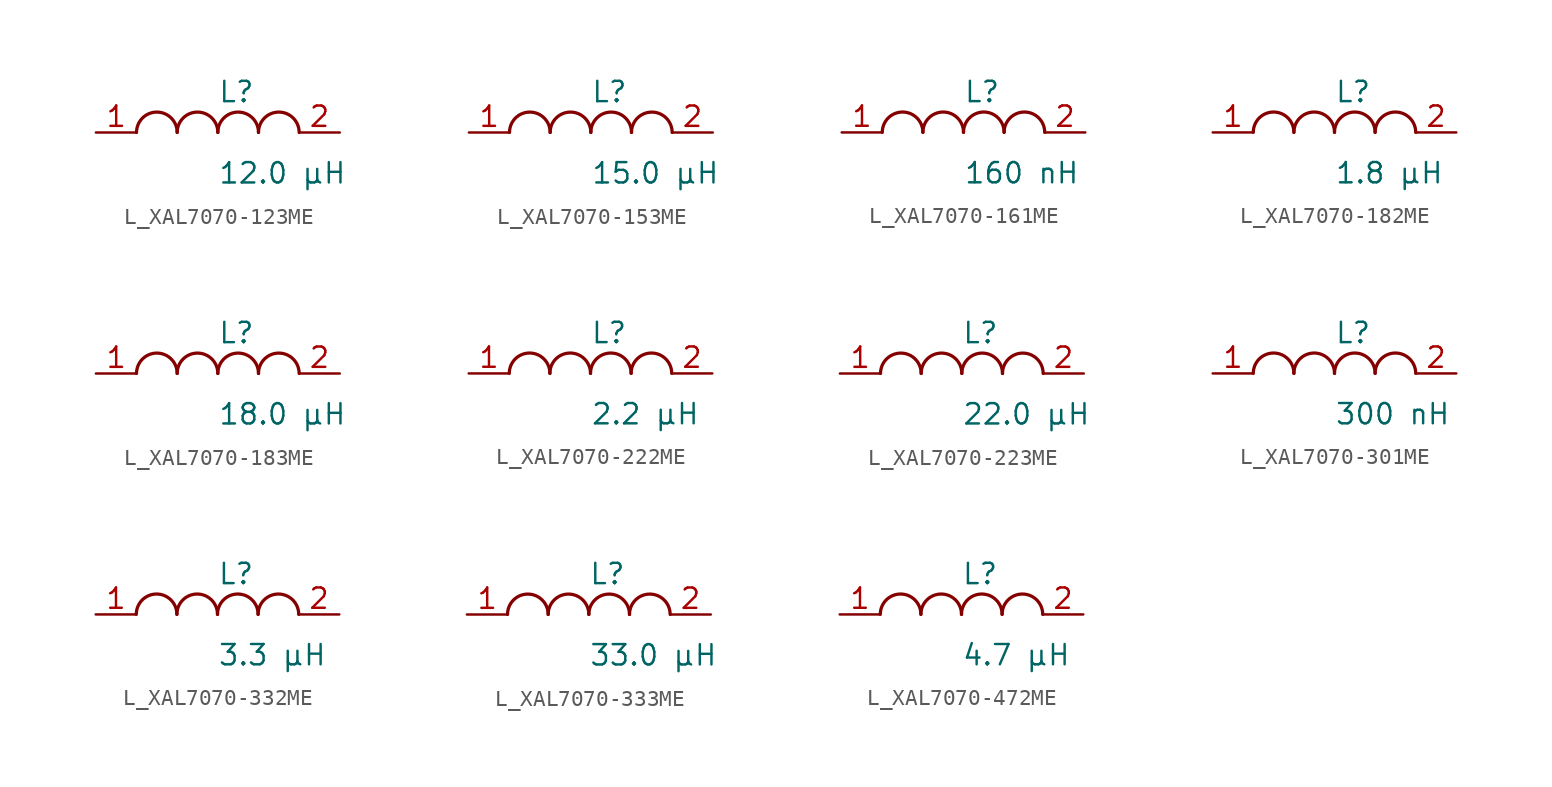
<source format=kicad_sym>
(kicad_symbol_lib
  (version 20231120)
  (generator kicad_symbol_editor)
  (generator_version 8.0)
  (symbol "L_XAL7070-123ME"
    (pin_names
      (offset 0.254))
    (property "Reference" "L"
      (at 0.0 2.54 0)
      (effects (font (size 1.27 1.27)) (justify left)))
    (property "Value" "12.0 µH"
      (at 0.0 -2.54 0)
      (effects (font (size 1.27 1.27)) (justify left)))
    (symbol "L_XAL7070-123ME_1_1"
      (arc (start -2.54 0.0056) (mid -3.81 1.27) (end -5.08 0.0056) (stroke (width 0.2032) (type default)) (fill (type none)))
      (arc (start 0 0.0056) (mid -1.27 1.27) (end -2.54 0.0056) (stroke (width 0.2032) (type default)) (fill (type none)))
      (arc (start 2.54 0.0056) (mid 1.27 1.27) (end 0 0.0056) (stroke (width 0.2032) (type default)) (fill (type none)))
      (arc (start 5.08 0.0056) (mid 3.81 1.27) (end 2.54 0.0056) (stroke (width 0.2032) (type default)) (fill (type none)))
      (pin unspecified line (at -7.62 0 0) (length 2.54) (name "" (effects (font (size 1.27 1.27)))) (number "1" (effects (font (size 1.27 1.27)))))
      (pin unspecified line (at 7.62 0 180) (length 2.54) (name "" (effects (font (size 1.27 1.27)))) (number "2" (effects (font (size 1.27 1.27)))))))
  (symbol "L_XAL7070-153ME"
    (pin_names
      (offset 0.254))
    (property "Reference" "L"
      (at 0.0 2.54 0)
      (effects (font (size 1.27 1.27)) (justify left)))
    (property "Value" "15.0 µH"
      (at 0.0 -2.54 0)
      (effects (font (size 1.27 1.27)) (justify left)))
    (symbol "L_XAL7070-153ME_1_1"
      (arc (start -2.54 0.0056) (mid -3.81 1.27) (end -5.08 0.0056) (stroke (width 0.2032) (type default)) (fill (type none)))
      (arc (start 0 0.0056) (mid -1.27 1.27) (end -2.54 0.0056) (stroke (width 0.2032) (type default)) (fill (type none)))
      (arc (start 2.54 0.0056) (mid 1.27 1.27) (end 0 0.0056) (stroke (width 0.2032) (type default)) (fill (type none)))
      (arc (start 5.08 0.0056) (mid 3.81 1.27) (end 2.54 0.0056) (stroke (width 0.2032) (type default)) (fill (type none)))
      (pin unspecified line (at -7.62 0 0) (length 2.54) (name "" (effects (font (size 1.27 1.27)))) (number "1" (effects (font (size 1.27 1.27)))))
      (pin unspecified line (at 7.62 0 180) (length 2.54) (name "" (effects (font (size 1.27 1.27)))) (number "2" (effects (font (size 1.27 1.27)))))))
  (symbol "L_XAL7070-161ME"
    (pin_names
      (offset 0.254))
    (property "Reference" "L"
      (at 0.0 2.54 0)
      (effects (font (size 1.27 1.27)) (justify left)))
    (property "Value" "160 nH"
      (at 0.0 -2.54 0)
      (effects (font (size 1.27 1.27)) (justify left)))
    (symbol "L_XAL7070-161ME_1_1"
      (arc (start -2.54 0.0056) (mid -3.81 1.27) (end -5.08 0.0056) (stroke (width 0.2032) (type default)) (fill (type none)))
      (arc (start 0 0.0056) (mid -1.27 1.27) (end -2.54 0.0056) (stroke (width 0.2032) (type default)) (fill (type none)))
      (arc (start 2.54 0.0056) (mid 1.27 1.27) (end 0 0.0056) (stroke (width 0.2032) (type default)) (fill (type none)))
      (arc (start 5.08 0.0056) (mid 3.81 1.27) (end 2.54 0.0056) (stroke (width 0.2032) (type default)) (fill (type none)))
      (pin unspecified line (at -7.62 0 0) (length 2.54) (name "" (effects (font (size 1.27 1.27)))) (number "1" (effects (font (size 1.27 1.27)))))
      (pin unspecified line (at 7.62 0 180) (length 2.54) (name "" (effects (font (size 1.27 1.27)))) (number "2" (effects (font (size 1.27 1.27)))))))
  (symbol "L_XAL7070-182ME"
    (pin_names
      (offset 0.254))
    (property "Reference" "L"
      (at 0.0 2.54 0)
      (effects (font (size 1.27 1.27)) (justify left)))
    (property "Value" "1.8 µH"
      (at 0.0 -2.54 0)
      (effects (font (size 1.27 1.27)) (justify left)))
    (symbol "L_XAL7070-182ME_1_1"
      (arc (start -2.54 0.0056) (mid -3.81 1.27) (end -5.08 0.0056) (stroke (width 0.2032) (type default)) (fill (type none)))
      (arc (start 0 0.0056) (mid -1.27 1.27) (end -2.54 0.0056) (stroke (width 0.2032) (type default)) (fill (type none)))
      (arc (start 2.54 0.0056) (mid 1.27 1.27) (end 0 0.0056) (stroke (width 0.2032) (type default)) (fill (type none)))
      (arc (start 5.08 0.0056) (mid 3.81 1.27) (end 2.54 0.0056) (stroke (width 0.2032) (type default)) (fill (type none)))
      (pin unspecified line (at -7.62 0 0) (length 2.54) (name "" (effects (font (size 1.27 1.27)))) (number "1" (effects (font (size 1.27 1.27)))))
      (pin unspecified line (at 7.62 0 180) (length 2.54) (name "" (effects (font (size 1.27 1.27)))) (number "2" (effects (font (size 1.27 1.27)))))))
  (symbol "L_XAL7070-183ME"
    (pin_names
      (offset 0.254))
    (property "Reference" "L"
      (at 0.0 2.54 0)
      (effects (font (size 1.27 1.27)) (justify left)))
    (property "Value" "18.0 µH"
      (at 0.0 -2.54 0)
      (effects (font (size 1.27 1.27)) (justify left)))
    (symbol "L_XAL7070-183ME_1_1"
      (arc (start -2.54 0.0056) (mid -3.81 1.27) (end -5.08 0.0056) (stroke (width 0.2032) (type default)) (fill (type none)))
      (arc (start 0 0.0056) (mid -1.27 1.27) (end -2.54 0.0056) (stroke (width 0.2032) (type default)) (fill (type none)))
      (arc (start 2.54 0.0056) (mid 1.27 1.27) (end 0 0.0056) (stroke (width 0.2032) (type default)) (fill (type none)))
      (arc (start 5.08 0.0056) (mid 3.81 1.27) (end 2.54 0.0056) (stroke (width 0.2032) (type default)) (fill (type none)))
      (pin unspecified line (at -7.62 0 0) (length 2.54) (name "" (effects (font (size 1.27 1.27)))) (number "1" (effects (font (size 1.27 1.27)))))
      (pin unspecified line (at 7.62 0 180) (length 2.54) (name "" (effects (font (size 1.27 1.27)))) (number "2" (effects (font (size 1.27 1.27)))))))
  (symbol "L_XAL7070-222ME"
    (pin_names
      (offset 0.254))
    (property "Reference" "L"
      (at 0.0 2.54 0)
      (effects (font (size 1.27 1.27)) (justify left)))
    (property "Value" "2.2 µH"
      (at 0.0 -2.54 0)
      (effects (font (size 1.27 1.27)) (justify left)))
    (symbol "L_XAL7070-222ME_1_1"
      (arc (start -2.54 0.0056) (mid -3.81 1.27) (end -5.08 0.0056) (stroke (width 0.2032) (type default)) (fill (type none)))
      (arc (start 0 0.0056) (mid -1.27 1.27) (end -2.54 0.0056) (stroke (width 0.2032) (type default)) (fill (type none)))
      (arc (start 2.54 0.0056) (mid 1.27 1.27) (end 0 0.0056) (stroke (width 0.2032) (type default)) (fill (type none)))
      (arc (start 5.08 0.0056) (mid 3.81 1.27) (end 2.54 0.0056) (stroke (width 0.2032) (type default)) (fill (type none)))
      (pin unspecified line (at -7.62 0 0) (length 2.54) (name "" (effects (font (size 1.27 1.27)))) (number "1" (effects (font (size 1.27 1.27)))))
      (pin unspecified line (at 7.62 0 180) (length 2.54) (name "" (effects (font (size 1.27 1.27)))) (number "2" (effects (font (size 1.27 1.27)))))))
  (symbol "L_XAL7070-223ME"
    (pin_names
      (offset 0.254))
    (property "Reference" "L"
      (at 0.0 2.54 0)
      (effects (font (size 1.27 1.27)) (justify left)))
    (property "Value" "22.0 µH"
      (at 0.0 -2.54 0)
      (effects (font (size 1.27 1.27)) (justify left)))
    (symbol "L_XAL7070-223ME_1_1"
      (arc (start -2.54 0.0056) (mid -3.81 1.27) (end -5.08 0.0056) (stroke (width 0.2032) (type default)) (fill (type none)))
      (arc (start 0 0.0056) (mid -1.27 1.27) (end -2.54 0.0056) (stroke (width 0.2032) (type default)) (fill (type none)))
      (arc (start 2.54 0.0056) (mid 1.27 1.27) (end 0 0.0056) (stroke (width 0.2032) (type default)) (fill (type none)))
      (arc (start 5.08 0.0056) (mid 3.81 1.27) (end 2.54 0.0056) (stroke (width 0.2032) (type default)) (fill (type none)))
      (pin unspecified line (at -7.62 0 0) (length 2.54) (name "" (effects (font (size 1.27 1.27)))) (number "1" (effects (font (size 1.27 1.27)))))
      (pin unspecified line (at 7.62 0 180) (length 2.54) (name "" (effects (font (size 1.27 1.27)))) (number "2" (effects (font (size 1.27 1.27)))))))
  (symbol "L_XAL7070-301ME"
    (pin_names
      (offset 0.254))
    (property "Reference" "L"
      (at 0.0 2.54 0)
      (effects (font (size 1.27 1.27)) (justify left)))
    (property "Value" "300 nH"
      (at 0.0 -2.54 0)
      (effects (font (size 1.27 1.27)) (justify left)))
    (symbol "L_XAL7070-301ME_1_1"
      (arc (start -2.54 0.0056) (mid -3.81 1.27) (end -5.08 0.0056) (stroke (width 0.2032) (type default)) (fill (type none)))
      (arc (start 0 0.0056) (mid -1.27 1.27) (end -2.54 0.0056) (stroke (width 0.2032) (type default)) (fill (type none)))
      (arc (start 2.54 0.0056) (mid 1.27 1.27) (end 0 0.0056) (stroke (width 0.2032) (type default)) (fill (type none)))
      (arc (start 5.08 0.0056) (mid 3.81 1.27) (end 2.54 0.0056) (stroke (width 0.2032) (type default)) (fill (type none)))
      (pin unspecified line (at -7.62 0 0) (length 2.54) (name "" (effects (font (size 1.27 1.27)))) (number "1" (effects (font (size 1.27 1.27)))))
      (pin unspecified line (at 7.62 0 180) (length 2.54) (name "" (effects (font (size 1.27 1.27)))) (number "2" (effects (font (size 1.27 1.27)))))))
  (symbol "L_XAL7070-332ME"
    (pin_names
      (offset 0.254))
    (property "Reference" "L"
      (at 0.0 2.54 0)
      (effects (font (size 1.27 1.27)) (justify left)))
    (property "Value" "3.3 µH"
      (at 0.0 -2.54 0)
      (effects (font (size 1.27 1.27)) (justify left)))
    (symbol "L_XAL7070-332ME_1_1"
      (arc (start -2.54 0.0056) (mid -3.81 1.27) (end -5.08 0.0056) (stroke (width 0.2032) (type default)) (fill (type none)))
      (arc (start 0 0.0056) (mid -1.27 1.27) (end -2.54 0.0056) (stroke (width 0.2032) (type default)) (fill (type none)))
      (arc (start 2.54 0.0056) (mid 1.27 1.27) (end 0 0.0056) (stroke (width 0.2032) (type default)) (fill (type none)))
      (arc (start 5.08 0.0056) (mid 3.81 1.27) (end 2.54 0.0056) (stroke (width 0.2032) (type default)) (fill (type none)))
      (pin unspecified line (at -7.62 0 0) (length 2.54) (name "" (effects (font (size 1.27 1.27)))) (number "1" (effects (font (size 1.27 1.27)))))
      (pin unspecified line (at 7.62 0 180) (length 2.54) (name "" (effects (font (size 1.27 1.27)))) (number "2" (effects (font (size 1.27 1.27)))))))
  (symbol "L_XAL7070-333ME"
    (pin_names
      (offset 0.254))
    (property "Reference" "L"
      (at 0.0 2.54 0)
      (effects (font (size 1.27 1.27)) (justify left)))
    (property "Value" "33.0 µH"
      (at 0.0 -2.54 0)
      (effects (font (size 1.27 1.27)) (justify left)))
    (symbol "L_XAL7070-333ME_1_1"
      (arc (start -2.54 0.0056) (mid -3.81 1.27) (end -5.08 0.0056) (stroke (width 0.2032) (type default)) (fill (type none)))
      (arc (start 0 0.0056) (mid -1.27 1.27) (end -2.54 0.0056) (stroke (width 0.2032) (type default)) (fill (type none)))
      (arc (start 2.54 0.0056) (mid 1.27 1.27) (end 0 0.0056) (stroke (width 0.2032) (type default)) (fill (type none)))
      (arc (start 5.08 0.0056) (mid 3.81 1.27) (end 2.54 0.0056) (stroke (width 0.2032) (type default)) (fill (type none)))
      (pin unspecified line (at -7.62 0 0) (length 2.54) (name "" (effects (font (size 1.27 1.27)))) (number "1" (effects (font (size 1.27 1.27)))))
      (pin unspecified line (at 7.62 0 180) (length 2.54) (name "" (effects (font (size 1.27 1.27)))) (number "2" (effects (font (size 1.27 1.27)))))))
  (symbol "L_XAL7070-472ME"
    (pin_names
      (offset 0.254))
    (property "Reference" "L"
      (at 0.0 2.54 0)
      (effects (font (size 1.27 1.27)) (justify left)))
    (property "Value" "4.7 µH"
      (at 0.0 -2.54 0)
      (effects (font (size 1.27 1.27)) (justify left)))
    (symbol "L_XAL7070-472ME_1_1"
      (arc (start -2.54 0.0056) (mid -3.81 1.27) (end -5.08 0.0056) (stroke (width 0.2032) (type default)) (fill (type none)))
      (arc (start 0 0.0056) (mid -1.27 1.27) (end -2.54 0.0056) (stroke (width 0.2032) (type default)) (fill (type none)))
      (arc (start 2.54 0.0056) (mid 1.27 1.27) (end 0 0.0056) (stroke (width 0.2032) (type default)) (fill (type none)))
      (arc (start 5.08 0.0056) (mid 3.81 1.27) (end 2.54 0.0056) (stroke (width 0.2032) (type default)) (fill (type none)))
      (pin unspecified line (at -7.62 0 0) (length 2.54) (name "" (effects (font (size 1.27 1.27)))) (number "1" (effects (font (size 1.27 1.27)))))
      (pin unspecified line (at 7.62 0 180) (length 2.54) (name "" (effects (font (size 1.27 1.27)))) (number "2" (effects (font (size 1.27 1.27))))))))
</source>
